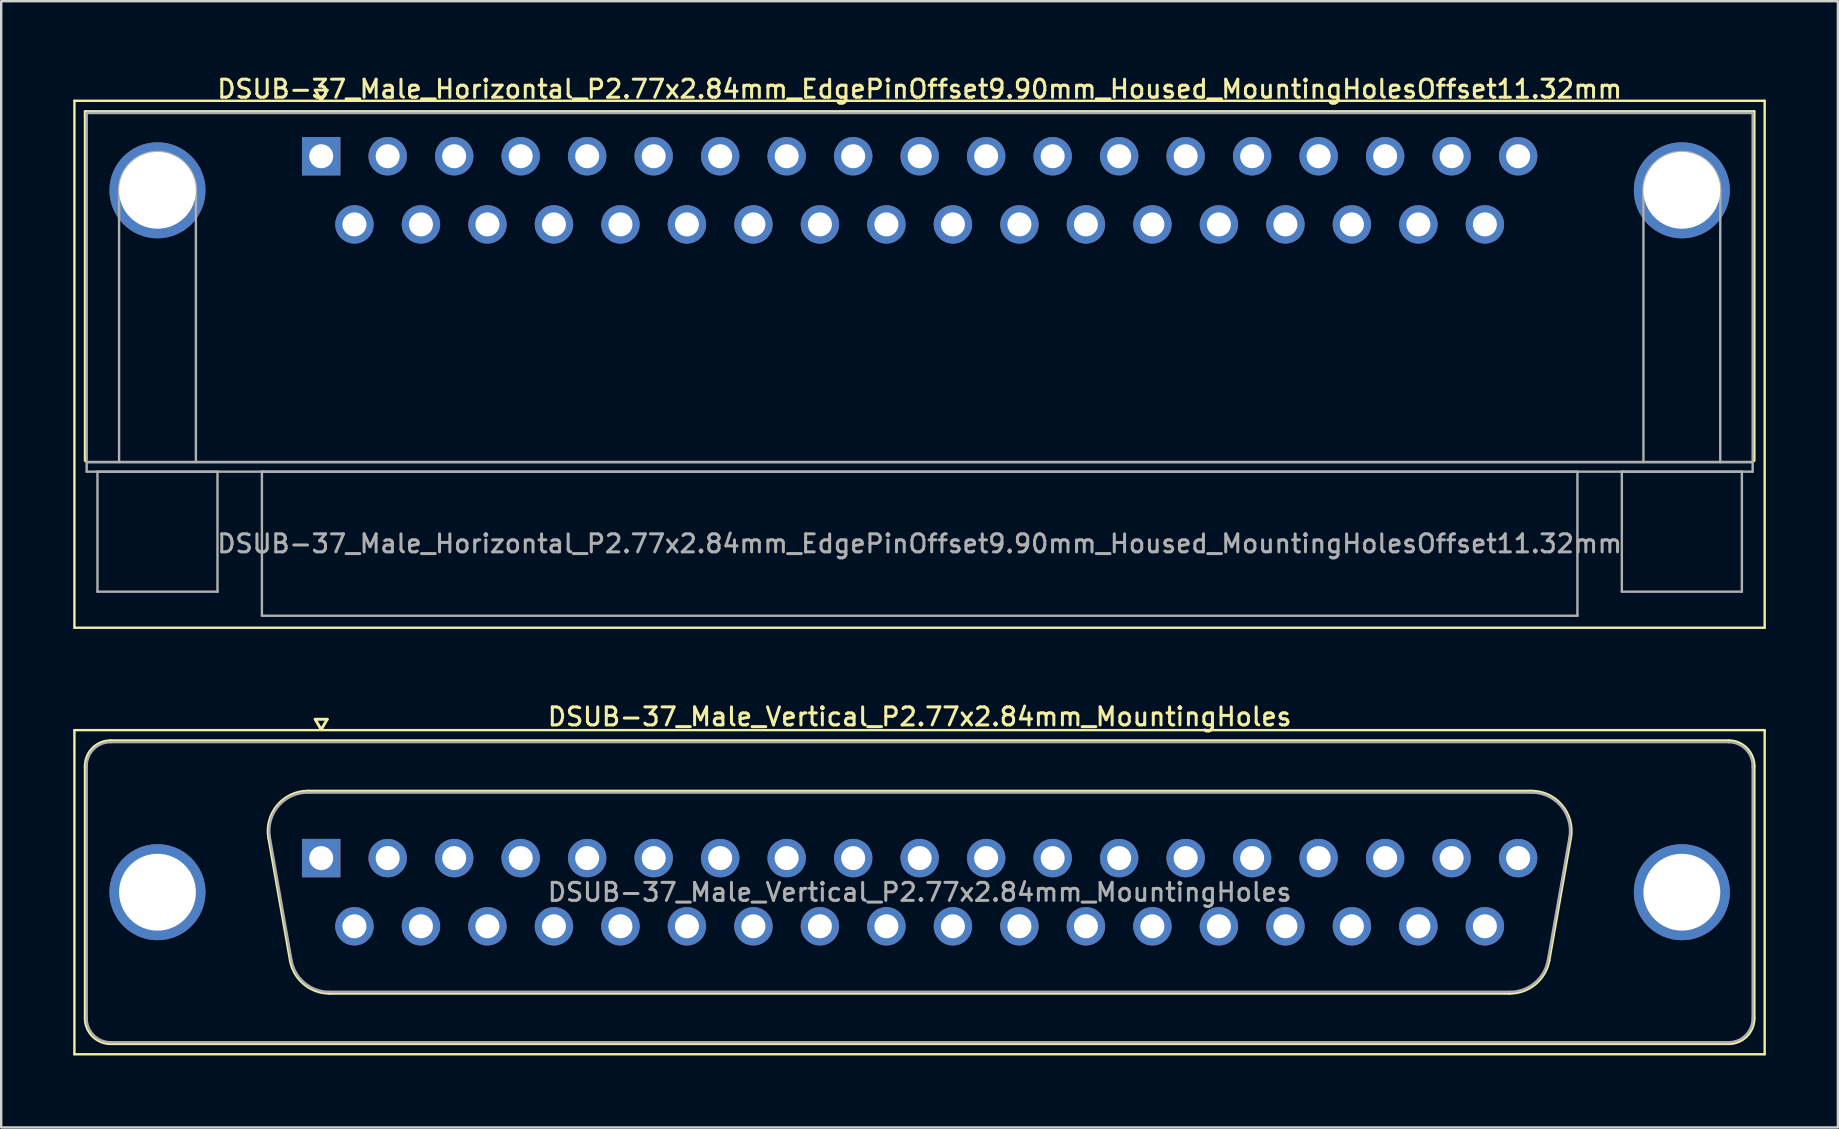
<source format=kicad_pcb>
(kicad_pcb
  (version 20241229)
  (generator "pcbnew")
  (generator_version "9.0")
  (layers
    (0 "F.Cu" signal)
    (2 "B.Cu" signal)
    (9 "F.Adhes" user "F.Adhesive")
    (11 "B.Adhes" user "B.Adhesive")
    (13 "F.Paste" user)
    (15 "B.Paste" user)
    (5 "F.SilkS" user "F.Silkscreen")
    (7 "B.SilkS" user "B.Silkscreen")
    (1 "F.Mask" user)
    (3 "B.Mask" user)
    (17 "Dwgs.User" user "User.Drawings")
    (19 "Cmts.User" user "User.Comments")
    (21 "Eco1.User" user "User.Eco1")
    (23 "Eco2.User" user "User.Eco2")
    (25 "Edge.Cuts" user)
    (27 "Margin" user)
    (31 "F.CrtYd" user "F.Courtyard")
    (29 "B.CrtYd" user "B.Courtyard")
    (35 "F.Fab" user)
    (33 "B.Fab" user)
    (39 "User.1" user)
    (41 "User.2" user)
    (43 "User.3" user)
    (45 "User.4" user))
  (footprint "DSUB-37_Male_Horizontal_P2.77x2.84mm_EdgePinOffset9.90mm_Housed_MountingHolesOffset11.32mm"
    (layer "F.Cu")
    (at 10.33 3.458)
    (property "Reference" "DSUB-37_Male_Horizontal_P2.77x2.84mm_EdgePinOffset9.90mm_Housed_MountingHolesOffset11.32mm" (at 24.93 -2.8 0) (layer "F.SilkS") (effects (font (size 0.75 0.75) (thickness 0.125))))
    (attr through_hole)
    (fp_line (start -10.28 -2.31) (end -10.28 19.64) (stroke (width 0.1) (type solid)) (layer "F.SilkS"))
    (fp_line (start -10.28 19.64) (end 60.13 19.64) (stroke (width 0.1) (type solid)) (layer "F.SilkS"))
    (fp_line (start -9.83 -1.86) (end 59.69 -1.86) (stroke (width 0.12) (type solid)) (layer "F.SilkS"))
    (fp_line (start -9.83 12.68) (end -9.83 -1.86) (stroke (width 0.12) (type solid)) (layer "F.SilkS"))
    (fp_line (start -0.25 -2.754) (end 0.25 -2.754) (stroke (width 0.12) (type solid)) (layer "F.SilkS"))
    (fp_line (start 0 -2.321) (end -0.25 -2.754) (stroke (width 0.12) (type solid)) (layer "F.SilkS"))
    (fp_line (start 0.25 -2.754) (end 0 -2.321) (stroke (width 0.12) (type solid)) (layer "F.SilkS"))
    (fp_line (start 59.69 -1.86) (end 59.69 12.68) (stroke (width 0.12) (type solid)) (layer "F.SilkS"))
    (fp_line (start 60.13 -2.31) (end -10.28 -2.31) (stroke (width 0.1) (type solid)) (layer "F.SilkS"))
    (fp_line (start 60.13 19.64) (end 60.13 -2.31) (stroke (width 0.1) (type solid)) (layer "F.SilkS"))
    (fp_line (start -9.77 -1.8) (end -9.77 12.74) (stroke (width 0.1) (type solid)) (layer "F.Fab"))
    (fp_line (start -9.77 12.74) (end -9.77 13.14) (stroke (width 0.1) (type solid)) (layer "F.Fab"))
    (fp_line (start -9.77 12.74) (end 59.63 12.74) (stroke (width 0.1) (type solid)) (layer "F.Fab"))
    (fp_line (start -9.77 13.14) (end 59.63 13.14) (stroke (width 0.1) (type solid)) (layer "F.Fab"))
    (fp_line (start -9.32 13.14) (end -9.32 18.14) (stroke (width 0.1) (type solid)) (layer "F.Fab"))
    (fp_line (start -9.32 18.14) (end -4.32 18.14) (stroke (width 0.1) (type solid)) (layer "F.Fab"))
    (fp_line (start -8.42 12.74) (end -8.42 1.42) (stroke (width 0.1) (type solid)) (layer "F.Fab"))
    (fp_line (start -5.22 12.74) (end -5.22 1.42) (stroke (width 0.1) (type solid)) (layer "F.Fab"))
    (fp_line (start -4.32 13.14) (end -9.32 13.14) (stroke (width 0.1) (type solid)) (layer "F.Fab"))
    (fp_line (start -4.32 18.14) (end -4.32 13.14) (stroke (width 0.1) (type solid)) (layer "F.Fab"))
    (fp_line (start -2.47 13.14) (end -2.47 19.14) (stroke (width 0.1) (type solid)) (layer "F.Fab"))
    (fp_line (start -2.47 19.14) (end 52.33 19.14) (stroke (width 0.1) (type solid)) (layer "F.Fab"))
    (fp_line (start 52.33 13.14) (end -2.47 13.14) (stroke (width 0.1) (type solid)) (layer "F.Fab"))
    (fp_line (start 52.33 19.14) (end 52.33 13.14) (stroke (width 0.1) (type solid)) (layer "F.Fab"))
    (fp_line (start 54.18 13.14) (end 54.18 18.14) (stroke (width 0.1) (type solid)) (layer "F.Fab"))
    (fp_line (start 54.18 18.14) (end 59.18 18.14) (stroke (width 0.1) (type solid)) (layer "F.Fab"))
    (fp_line (start 55.08 12.74) (end 55.08 1.42) (stroke (width 0.1) (type solid)) (layer "F.Fab"))
    (fp_line (start 58.28 12.74) (end 58.28 1.42) (stroke (width 0.1) (type solid)) (layer "F.Fab"))
    (fp_line (start 59.18 13.14) (end 54.18 13.14) (stroke (width 0.1) (type solid)) (layer "F.Fab"))
    (fp_line (start 59.18 18.14) (end 59.18 13.14) (stroke (width 0.1) (type solid)) (layer "F.Fab"))
    (fp_line (start 59.63 -1.8) (end -9.77 -1.8) (stroke (width 0.1) (type solid)) (layer "F.Fab"))
    (fp_line (start 59.63 12.74) (end -9.77 12.74) (stroke (width 0.1) (type solid)) (layer "F.Fab"))
    (fp_line (start 59.63 12.74) (end 59.63 -1.8) (stroke (width 0.1) (type solid)) (layer "F.Fab"))
    (fp_line (start 59.63 13.14) (end 59.63 12.74) (stroke (width 0.1) (type solid)) (layer "F.Fab"))
    (fp_arc (start -8.42 1.42) (mid -6.82 -0.18) (end -5.22 1.42) (stroke (width 0.1) (type solid)) (layer "F.Fab"))
    (fp_arc (start 55.08 1.42) (mid 56.68 -0.18) (end 58.28 1.42) (stroke (width 0.1) (type solid)) (layer "F.Fab"))
    (fp_text user "${REFERENCE}" (at 24.93 16.14 0) (layer "F.Fab") (effects (font (size 0.75 0.75) (thickness 0.125))))
    (pad "0" thru_hole circle (at -6.82 1.42) (size 4 4) (drill 3.2) (layers "*.Cu" "*.Mask"))
    (pad "0" thru_hole circle (at 56.68 1.42) (size 4 4) (drill 3.2) (layers "*.Cu" "*.Mask"))
    (pad "1" thru_hole rect (at 0 0) (size 1.6 1.6) (drill 1) (layers "*.Cu" "*.Mask"))
    (pad "2" thru_hole circle (at 2.77 0) (size 1.6 1.6) (drill 1) (layers "*.Cu" "*.Mask"))
    (pad "3" thru_hole circle (at 5.54 0) (size 1.6 1.6) (drill 1) (layers "*.Cu" "*.Mask"))
    (pad "4" thru_hole circle (at 8.31 0) (size 1.6 1.6) (drill 1) (layers "*.Cu" "*.Mask"))
    (pad "5" thru_hole circle (at 11.08 0) (size 1.6 1.6) (drill 1) (layers "*.Cu" "*.Mask"))
    (pad "6" thru_hole circle (at 13.85 0) (size 1.6 1.6) (drill 1) (layers "*.Cu" "*.Mask"))
    (pad "7" thru_hole circle (at 16.62 0) (size 1.6 1.6) (drill 1) (layers "*.Cu" "*.Mask"))
    (pad "8" thru_hole circle (at 19.39 0) (size 1.6 1.6) (drill 1) (layers "*.Cu" "*.Mask"))
    (pad "9" thru_hole circle (at 22.16 0) (size 1.6 1.6) (drill 1) (layers "*.Cu" "*.Mask"))
    (pad "10" thru_hole circle (at 24.93 0) (size 1.6 1.6) (drill 1) (layers "*.Cu" "*.Mask"))
    (pad "11" thru_hole circle (at 27.7 0) (size 1.6 1.6) (drill 1) (layers "*.Cu" "*.Mask"))
    (pad "12" thru_hole circle (at 30.47 0) (size 1.6 1.6) (drill 1) (layers "*.Cu" "*.Mask"))
    (pad "13" thru_hole circle (at 33.24 0) (size 1.6 1.6) (drill 1) (layers "*.Cu" "*.Mask"))
    (pad "14" thru_hole circle (at 36.01 0) (size 1.6 1.6) (drill 1) (layers "*.Cu" "*.Mask"))
    (pad "15" thru_hole circle (at 38.78 0) (size 1.6 1.6) (drill 1) (layers "*.Cu" "*.Mask"))
    (pad "16" thru_hole circle (at 41.55 0) (size 1.6 1.6) (drill 1) (layers "*.Cu" "*.Mask"))
    (pad "17" thru_hole circle (at 44.32 0) (size 1.6 1.6) (drill 1) (layers "*.Cu" "*.Mask"))
    (pad "18" thru_hole circle (at 47.09 0) (size 1.6 1.6) (drill 1) (layers "*.Cu" "*.Mask"))
    (pad "19" thru_hole circle (at 49.86 0) (size 1.6 1.6) (drill 1) (layers "*.Cu" "*.Mask"))
    (pad "20" thru_hole circle (at 1.385 2.84) (size 1.6 1.6) (drill 1) (layers "*.Cu" "*.Mask"))
    (pad "21" thru_hole circle (at 4.155 2.84) (size 1.6 1.6) (drill 1) (layers "*.Cu" "*.Mask"))
    (pad "22" thru_hole circle (at 6.925 2.84) (size 1.6 1.6) (drill 1) (layers "*.Cu" "*.Mask"))
    (pad "23" thru_hole circle (at 9.695 2.84) (size 1.6 1.6) (drill 1) (layers "*.Cu" "*.Mask"))
    (pad "24" thru_hole circle (at 12.465 2.84) (size 1.6 1.6) (drill 1) (layers "*.Cu" "*.Mask"))
    (pad "25" thru_hole circle (at 15.235 2.84) (size 1.6 1.6) (drill 1) (layers "*.Cu" "*.Mask"))
    (pad "26" thru_hole circle (at 18.005 2.84) (size 1.6 1.6) (drill 1) (layers "*.Cu" "*.Mask"))
    (pad "27" thru_hole circle (at 20.775 2.84) (size 1.6 1.6) (drill 1) (layers "*.Cu" "*.Mask"))
    (pad "28" thru_hole circle (at 23.545 2.84) (size 1.6 1.6) (drill 1) (layers "*.Cu" "*.Mask"))
    (pad "29" thru_hole circle (at 26.315 2.84) (size 1.6 1.6) (drill 1) (layers "*.Cu" "*.Mask"))
    (pad "30" thru_hole circle (at 29.085 2.84) (size 1.6 1.6) (drill 1) (layers "*.Cu" "*.Mask"))
    (pad "31" thru_hole circle (at 31.855 2.84) (size 1.6 1.6) (drill 1) (layers "*.Cu" "*.Mask"))
    (pad "32" thru_hole circle (at 34.625 2.84) (size 1.6 1.6) (drill 1) (layers "*.Cu" "*.Mask"))
    (pad "33" thru_hole circle (at 37.395 2.84) (size 1.6 1.6) (drill 1) (layers "*.Cu" "*.Mask"))
    (pad "34" thru_hole circle (at 40.165 2.84) (size 1.6 1.6) (drill 1) (layers "*.Cu" "*.Mask"))
    (pad "35" thru_hole circle (at 42.935 2.84) (size 1.6 1.6) (drill 1) (layers "*.Cu" "*.Mask"))
    (pad "36" thru_hole circle (at 45.705 2.84) (size 1.6 1.6) (drill 1) (layers "*.Cu" "*.Mask"))
    (pad "37" thru_hole circle (at 48.475 2.84) (size 1.6 1.6) (drill 1) (layers "*.Cu" "*.Mask")))
  (footprint "DSUB-37_Male_Vertical_P2.77x2.84mm_MountingHoles"
    (layer "F.Cu")
    (at 10.33 32.696)
    (property "Reference" "DSUB-37_Male_Vertical_P2.77x2.84mm_MountingHoles" (at 24.93 -5.89 0) (layer "F.SilkS") (effects (font (size 0.75 0.75) (thickness 0.125))))
    (attr through_hole)
    (fp_line (start -10.28 -5.33) (end -10.28 8.17) (stroke (width 0.1) (type solid)) (layer "F.SilkS"))
    (fp_line (start -10.28 8.17) (end 60.13 8.17) (stroke (width 0.1) (type solid)) (layer "F.SilkS"))
    (fp_line (start -9.83 6.67) (end -9.83 -3.83) (stroke (width 0.12) (type solid)) (layer "F.SilkS"))
    (fp_line (start -8.77 -4.89) (end 58.63 -4.89) (stroke (width 0.12) (type solid)) (layer "F.SilkS"))
    (fp_line (start -2.186 -0.842) (end -1.287 4.258) (stroke (width 0.12) (type solid)) (layer "F.SilkS"))
    (fp_line (start -0.552 -2.79) (end 50.412 -2.79) (stroke (width 0.12) (type solid)) (layer "F.SilkS"))
    (fp_line (start -0.25 -5.784) (end 0.25 -5.784) (stroke (width 0.12) (type solid)) (layer "F.SilkS"))
    (fp_line (start 0 -5.351) (end -0.25 -5.784) (stroke (width 0.12) (type solid)) (layer "F.SilkS"))
    (fp_line (start 0.25 -5.784) (end 0 -5.351) (stroke (width 0.12) (type solid)) (layer "F.SilkS"))
    (fp_line (start 0.348 5.63) (end 49.512 5.63) (stroke (width 0.12) (type solid)) (layer "F.SilkS"))
    (fp_line (start 52.046 -0.842) (end 51.147 4.258) (stroke (width 0.12) (type solid)) (layer "F.SilkS"))
    (fp_line (start 58.63 7.73) (end -8.77 7.73) (stroke (width 0.12) (type solid)) (layer "F.SilkS"))
    (fp_line (start 59.69 -3.83) (end 59.69 6.67) (stroke (width 0.12) (type solid)) (layer "F.SilkS"))
    (fp_line (start 60.13 -5.33) (end -10.28 -5.33) (stroke (width 0.1) (type solid)) (layer "F.SilkS"))
    (fp_line (start 60.13 8.17) (end 60.13 -5.33) (stroke (width 0.1) (type solid)) (layer "F.SilkS"))
    (fp_arc (start -9.83 -3.83) (mid -9.519533 -4.579533) (end -8.77 -4.89) (stroke (width 0.12) (type solid)) (layer "F.SilkS"))
    (fp_arc (start -8.77 7.73) (mid -9.519533 7.419533) (end -9.83 6.67) (stroke (width 0.12) (type solid)) (layer "F.SilkS"))
    (fp_arc (start -2.18647 -0.841744) (mid -1.823323 -2.197027) (end -0.551689 -2.79) (stroke (width 0.12) (type solid)) (layer "F.SilkS"))
    (fp_arc (start 0.347579 5.63) (mid -0.719449 5.241634) (end -1.287202 4.258256) (stroke (width 0.12) (type solid)) (layer "F.SilkS"))
    (fp_arc (start 50.411689 -2.79) (mid 51.683323 -2.197027) (end 52.04647 -0.841744) (stroke (width 0.12) (type solid)) (layer "F.SilkS"))
    (fp_arc (start 51.147202 4.258256) (mid 50.579449 5.241634) (end 49.512421 5.63) (stroke (width 0.12) (type solid)) (layer "F.SilkS"))
    (fp_arc (start 58.63 -4.89) (mid 59.379533 -4.579533) (end 59.69 -3.83) (stroke (width 0.12) (type solid)) (layer "F.SilkS"))
    (fp_arc (start 59.69 6.67) (mid 59.379533 7.419533) (end 58.63 7.73) (stroke (width 0.12) (type solid)) (layer "F.SilkS"))
    (fp_line (start -9.77 6.67) (end -9.77 -3.83) (stroke (width 0.1) (type solid)) (layer "F.Fab"))
    (fp_line (start -8.77 -4.83) (end 58.63 -4.83) (stroke (width 0.1) (type solid)) (layer "F.Fab"))
    (fp_line (start -2.139 -0.852) (end -1.24 4.248) (stroke (width 0.1) (type solid)) (layer "F.Fab"))
    (fp_line (start -0.563 -2.73) (end 50.423 -2.73) (stroke (width 0.1) (type solid)) (layer "F.Fab"))
    (fp_line (start 0.336 5.57) (end 49.524 5.57) (stroke (width 0.1) (type solid)) (layer "F.Fab"))
    (fp_line (start 51.999 -0.852) (end 51.1 4.248) (stroke (width 0.1) (type solid)) (layer "F.Fab"))
    (fp_line (start 58.63 7.67) (end -8.77 7.67) (stroke (width 0.1) (type solid)) (layer "F.Fab"))
    (fp_line (start 59.63 -3.83) (end 59.63 6.67) (stroke (width 0.1) (type solid)) (layer "F.Fab"))
    (fp_arc (start -9.77 -3.83) (mid -9.477107 -4.537107) (end -8.77 -4.83) (stroke (width 0.1) (type solid)) (layer "F.Fab"))
    (fp_arc (start -8.77 7.67) (mid -9.477107 7.377107) (end -9.77 6.67) (stroke (width 0.1) (type solid)) (layer "F.Fab"))
    (fp_arc (start -2.138887 -0.852163) (mid -1.788865 -2.15846) (end -0.563194 -2.73) (stroke (width 0.1) (type solid)) (layer "F.Fab"))
    (fp_arc (start 0.336073 5.57) (mid -0.692387 5.195671) (end -1.239619 4.247837) (stroke (width 0.1) (type solid)) (layer "F.Fab"))
    (fp_arc (start 50.423194 -2.73) (mid 51.648865 -2.15846) (end 51.998887 -0.852163) (stroke (width 0.1) (type solid)) (layer "F.Fab"))
    (fp_arc (start 51.099619 4.247837) (mid 50.552387 5.195671) (end 49.523927 5.57) (stroke (width 0.1) (type solid)) (layer "F.Fab"))
    (fp_arc (start 58.63 -4.83) (mid 59.337107 -4.537107) (end 59.63 -3.83) (stroke (width 0.1) (type solid)) (layer "F.Fab"))
    (fp_arc (start 59.63 6.67) (mid 59.337107 7.377107) (end 58.63 7.67) (stroke (width 0.1) (type solid)) (layer "F.Fab"))
    (fp_text user "${REFERENCE}" (at 24.93 1.42 0) (layer "F.Fab") (effects (font (size 0.75 0.75) (thickness 0.125))))
    (pad "0" thru_hole circle (at -6.82 1.42) (size 4 4) (drill 3.2) (layers "*.Cu" "*.Mask"))
    (pad "0" thru_hole circle (at 56.68 1.42) (size 4 4) (drill 3.2) (layers "*.Cu" "*.Mask"))
    (pad "1" thru_hole rect (at 0 0) (size 1.6 1.6) (drill 1) (layers "*.Cu" "*.Mask"))
    (pad "2" thru_hole circle (at 2.77 0) (size 1.6 1.6) (drill 1) (layers "*.Cu" "*.Mask"))
    (pad "3" thru_hole circle (at 5.54 0) (size 1.6 1.6) (drill 1) (layers "*.Cu" "*.Mask"))
    (pad "4" thru_hole circle (at 8.31 0) (size 1.6 1.6) (drill 1) (layers "*.Cu" "*.Mask"))
    (pad "5" thru_hole circle (at 11.08 0) (size 1.6 1.6) (drill 1) (layers "*.Cu" "*.Mask"))
    (pad "6" thru_hole circle (at 13.85 0) (size 1.6 1.6) (drill 1) (layers "*.Cu" "*.Mask"))
    (pad "7" thru_hole circle (at 16.62 0) (size 1.6 1.6) (drill 1) (layers "*.Cu" "*.Mask"))
    (pad "8" thru_hole circle (at 19.39 0) (size 1.6 1.6) (drill 1) (layers "*.Cu" "*.Mask"))
    (pad "9" thru_hole circle (at 22.16 0) (size 1.6 1.6) (drill 1) (layers "*.Cu" "*.Mask"))
    (pad "10" thru_hole circle (at 24.93 0) (size 1.6 1.6) (drill 1) (layers "*.Cu" "*.Mask"))
    (pad "11" thru_hole circle (at 27.7 0) (size 1.6 1.6) (drill 1) (layers "*.Cu" "*.Mask"))
    (pad "12" thru_hole circle (at 30.47 0) (size 1.6 1.6) (drill 1) (layers "*.Cu" "*.Mask"))
    (pad "13" thru_hole circle (at 33.24 0) (size 1.6 1.6) (drill 1) (layers "*.Cu" "*.Mask"))
    (pad "14" thru_hole circle (at 36.01 0) (size 1.6 1.6) (drill 1) (layers "*.Cu" "*.Mask"))
    (pad "15" thru_hole circle (at 38.78 0) (size 1.6 1.6) (drill 1) (layers "*.Cu" "*.Mask"))
    (pad "16" thru_hole circle (at 41.55 0) (size 1.6 1.6) (drill 1) (layers "*.Cu" "*.Mask"))
    (pad "17" thru_hole circle (at 44.32 0) (size 1.6 1.6) (drill 1) (layers "*.Cu" "*.Mask"))
    (pad "18" thru_hole circle (at 47.09 0) (size 1.6 1.6) (drill 1) (layers "*.Cu" "*.Mask"))
    (pad "19" thru_hole circle (at 49.86 0) (size 1.6 1.6) (drill 1) (layers "*.Cu" "*.Mask"))
    (pad "20" thru_hole circle (at 1.385 2.84) (size 1.6 1.6) (drill 1) (layers "*.Cu" "*.Mask"))
    (pad "21" thru_hole circle (at 4.155 2.84) (size 1.6 1.6) (drill 1) (layers "*.Cu" "*.Mask"))
    (pad "22" thru_hole circle (at 6.925 2.84) (size 1.6 1.6) (drill 1) (layers "*.Cu" "*.Mask"))
    (pad "23" thru_hole circle (at 9.695 2.84) (size 1.6 1.6) (drill 1) (layers "*.Cu" "*.Mask"))
    (pad "24" thru_hole circle (at 12.465 2.84) (size 1.6 1.6) (drill 1) (layers "*.Cu" "*.Mask"))
    (pad "25" thru_hole circle (at 15.235 2.84) (size 1.6 1.6) (drill 1) (layers "*.Cu" "*.Mask"))
    (pad "26" thru_hole circle (at 18.005 2.84) (size 1.6 1.6) (drill 1) (layers "*.Cu" "*.Mask"))
    (pad "27" thru_hole circle (at 20.775 2.84) (size 1.6 1.6) (drill 1) (layers "*.Cu" "*.Mask"))
    (pad "28" thru_hole circle (at 23.545 2.84) (size 1.6 1.6) (drill 1) (layers "*.Cu" "*.Mask"))
    (pad "29" thru_hole circle (at 26.315 2.84) (size 1.6 1.6) (drill 1) (layers "*.Cu" "*.Mask"))
    (pad "30" thru_hole circle (at 29.085 2.84) (size 1.6 1.6) (drill 1) (layers "*.Cu" "*.Mask"))
    (pad "31" thru_hole circle (at 31.855 2.84) (size 1.6 1.6) (drill 1) (layers "*.Cu" "*.Mask"))
    (pad "32" thru_hole circle (at 34.625 2.84) (size 1.6 1.6) (drill 1) (layers "*.Cu" "*.Mask"))
    (pad "33" thru_hole circle (at 37.395 2.84) (size 1.6 1.6) (drill 1) (layers "*.Cu" "*.Mask"))
    (pad "34" thru_hole circle (at 40.165 2.84) (size 1.6 1.6) (drill 1) (layers "*.Cu" "*.Mask"))
    (pad "35" thru_hole circle (at 42.935 2.84) (size 1.6 1.6) (drill 1) (layers "*.Cu" "*.Mask"))
    (pad "36" thru_hole circle (at 45.705 2.84) (size 1.6 1.6) (drill 1) (layers "*.Cu" "*.Mask"))
    (pad "37" thru_hole circle (at 48.475 2.84) (size 1.6 1.6) (drill 1) (layers "*.Cu" "*.Mask")))
  (gr_rect
    (start -3 -3)
    (end 73.51 43.916)
    (stroke (width 0.1) (type default))
    (fill no)
    (layer "Edge.Cuts")))
</source>
